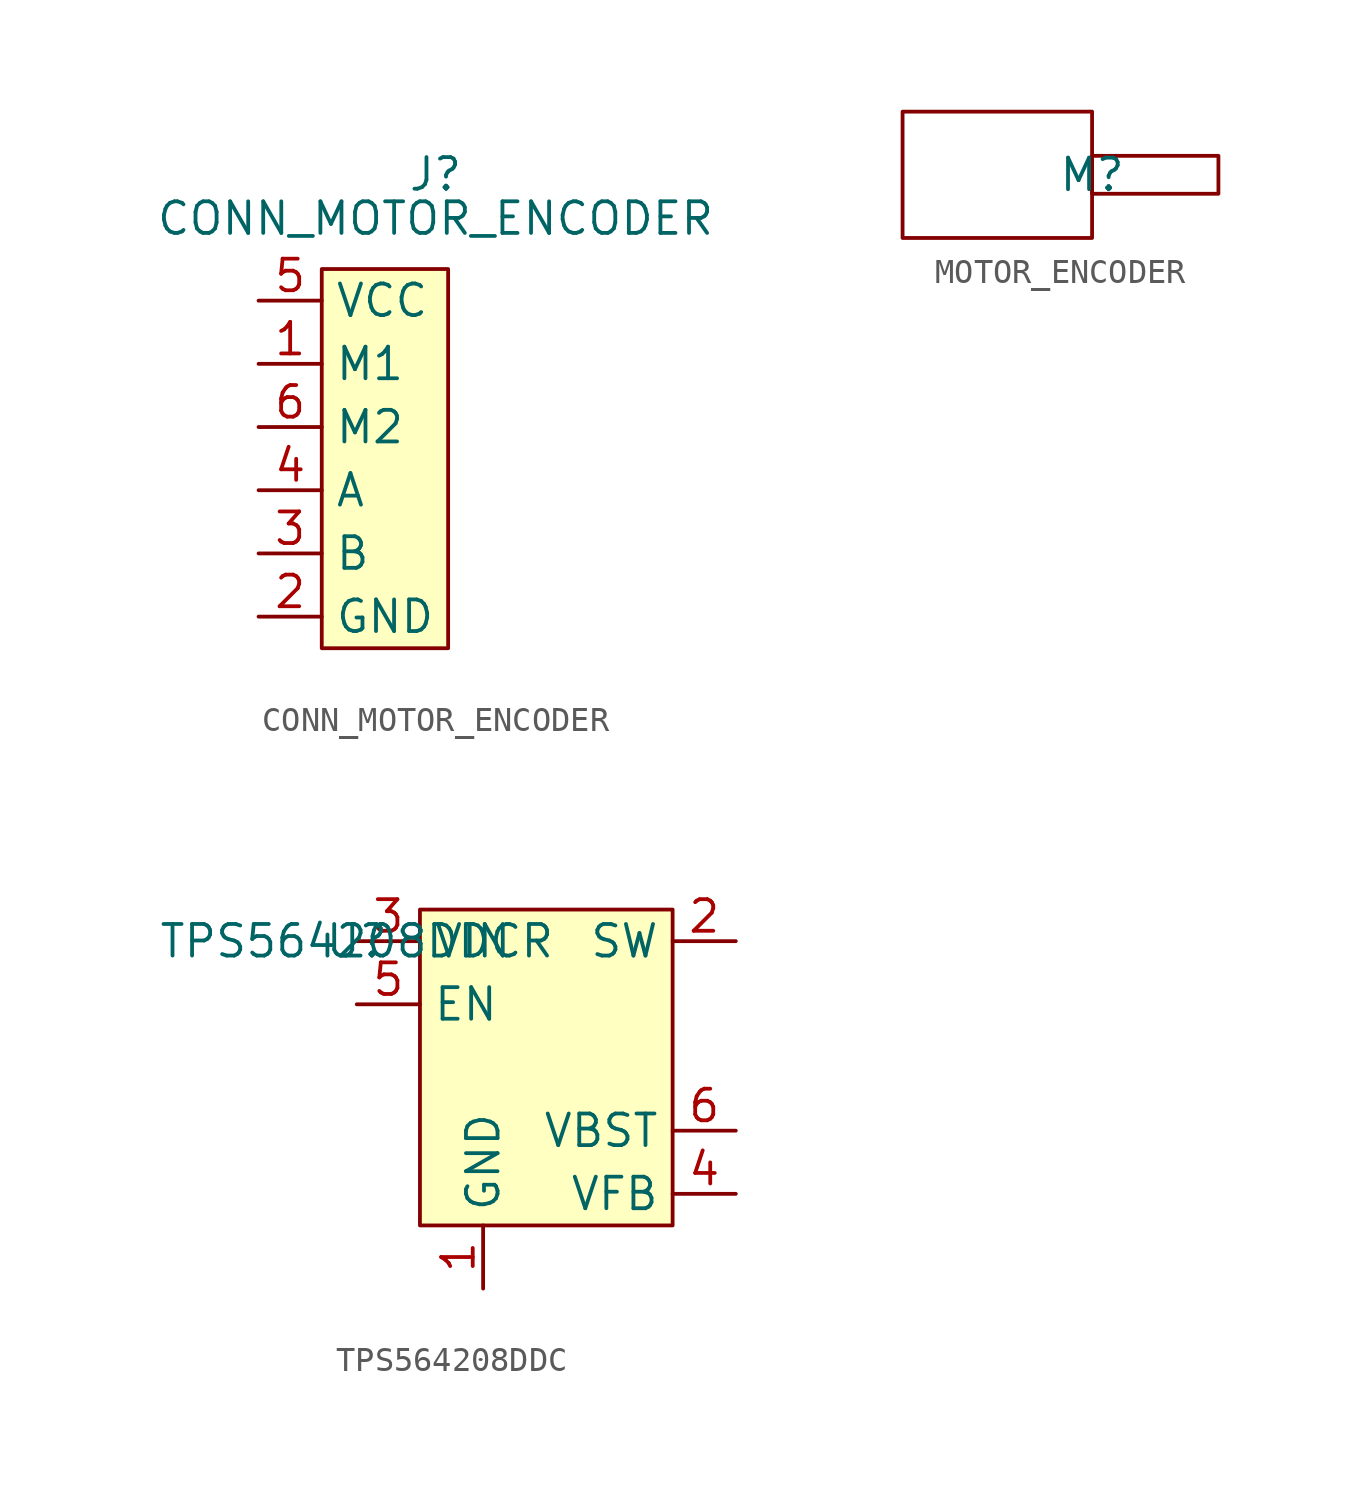
<source format=kicad_sym>
(kicad_symbol_lib
  (version 20231120)
  (generator "kicad_symbol_editor")
  (generator_version "8.0")
  (symbol "CONN_MOTOR_ENCODER"
    (property "Reference" "J"
      (at 4.572 5.08 0)
      (effects (font (size 1.27 1.27))))
    (property "Value" "CONN_MOTOR_ENCODER"
      (at 4.572 3.302 0)
      (effects (font (size 1.27 1.27))))
    (symbol "CONN_MOTOR_ENCODER_0_0"
      (pin passive line (at -2.54 -2.54 0) (length 2.54) (name "M1" (effects (font (size 1.27 1.27)))) (number "1" (effects (font (size 1.27 1.27)))))
      (pin passive line (at -2.54 -12.7 0) (length 2.54) (name "GND" (effects (font (size 1.27 1.27)))) (number "2" (effects (font (size 1.27 1.27)))))
      (pin passive line (at -2.54 -10.16 0) (length 2.54) (name "B" (effects (font (size 1.27 1.27)))) (number "3" (effects (font (size 1.27 1.27)))))
      (pin passive line (at -2.54 -7.62 0) (length 2.54) (name "A" (effects (font (size 1.27 1.27)))) (number "4" (effects (font (size 1.27 1.27)))))
      (pin passive line (at -2.54 0 0) (length 2.54) (name "VCC" (effects (font (size 1.27 1.27)))) (number "5" (effects (font (size 1.27 1.27)))))
      (pin passive line (at -2.54 -5.08 0) (length 2.54) (name "M2" (effects (font (size 1.27 1.27)))) (number "6" (effects (font (size 1.27 1.27))))))
    (symbol "CONN_MOTOR_ENCODER_1_1"
      (rectangle (start 0 1.27) (end 5.08 -13.97) (stroke (width 0) (type default)) (fill (type background)))))
  (symbol "MOTOR_ENCODER"
    (property "Reference" "M"
      (at 0 0 0)
      (effects (font (size 1.27 1.27))))
    (property "Value" ""
      (at 0 0 0)
      (effects (font (size 1.27 1.27))))
    (symbol "MOTOR_ENCODER_0_1"
      (rectangle (start -7.62 2.54) (end 0 -2.54) (stroke (width 0) (type default)) (fill (type none)))
      (rectangle (start 0 -0.762) (end 5.08 0.762) (stroke (width 0) (type default)) (fill (type none)))))
  (symbol "TPS564208DDC"
    (property "Reference" "U"
      (at 0 0 0)
      (effects (font (size 1.27 1.27))))
    (property "Value" "TPS564208DDCR"
      (at 0 0 0)
      (effects (font (size 1.27 1.27))))
    (symbol "TPS564208DDC_0_0"
      (pin passive line (at 5.08 -13.97 90) (length 2.54) (name "GND" (effects (font (size 1.27 1.27)))) (number "1" (effects (font (size 1.27 1.27)))))
      (pin passive line (at 15.24 0 180) (length 2.54) (name "SW" (effects (font (size 1.27 1.27)))) (number "2" (effects (font (size 1.27 1.27)))))
      (pin passive line (at 0 0 0) (length 2.54) (name "VIN" (effects (font (size 1.27 1.27)))) (number "3" (effects (font (size 1.27 1.27)))))
      (pin passive line (at 15.24 -10.16 180) (length 2.54) (name "VFB" (effects (font (size 1.27 1.27)))) (number "4" (effects (font (size 1.27 1.27)))))
      (pin passive line (at 0 -2.54 0) (length 2.54) (name "EN" (effects (font (size 1.27 1.27)))) (number "5" (effects (font (size 1.27 1.27)))))
      (pin passive line (at 15.24 -7.62 180) (length 2.54) (name "VBST" (effects (font (size 1.27 1.27)))) (number "6" (effects (font (size 1.27 1.27))))))
    (symbol "TPS564208DDC_1_1"
      (rectangle (start 2.54 1.27) (end 12.7 -11.43) (stroke (width 0) (type default)) (fill (type background))))))
</source>
